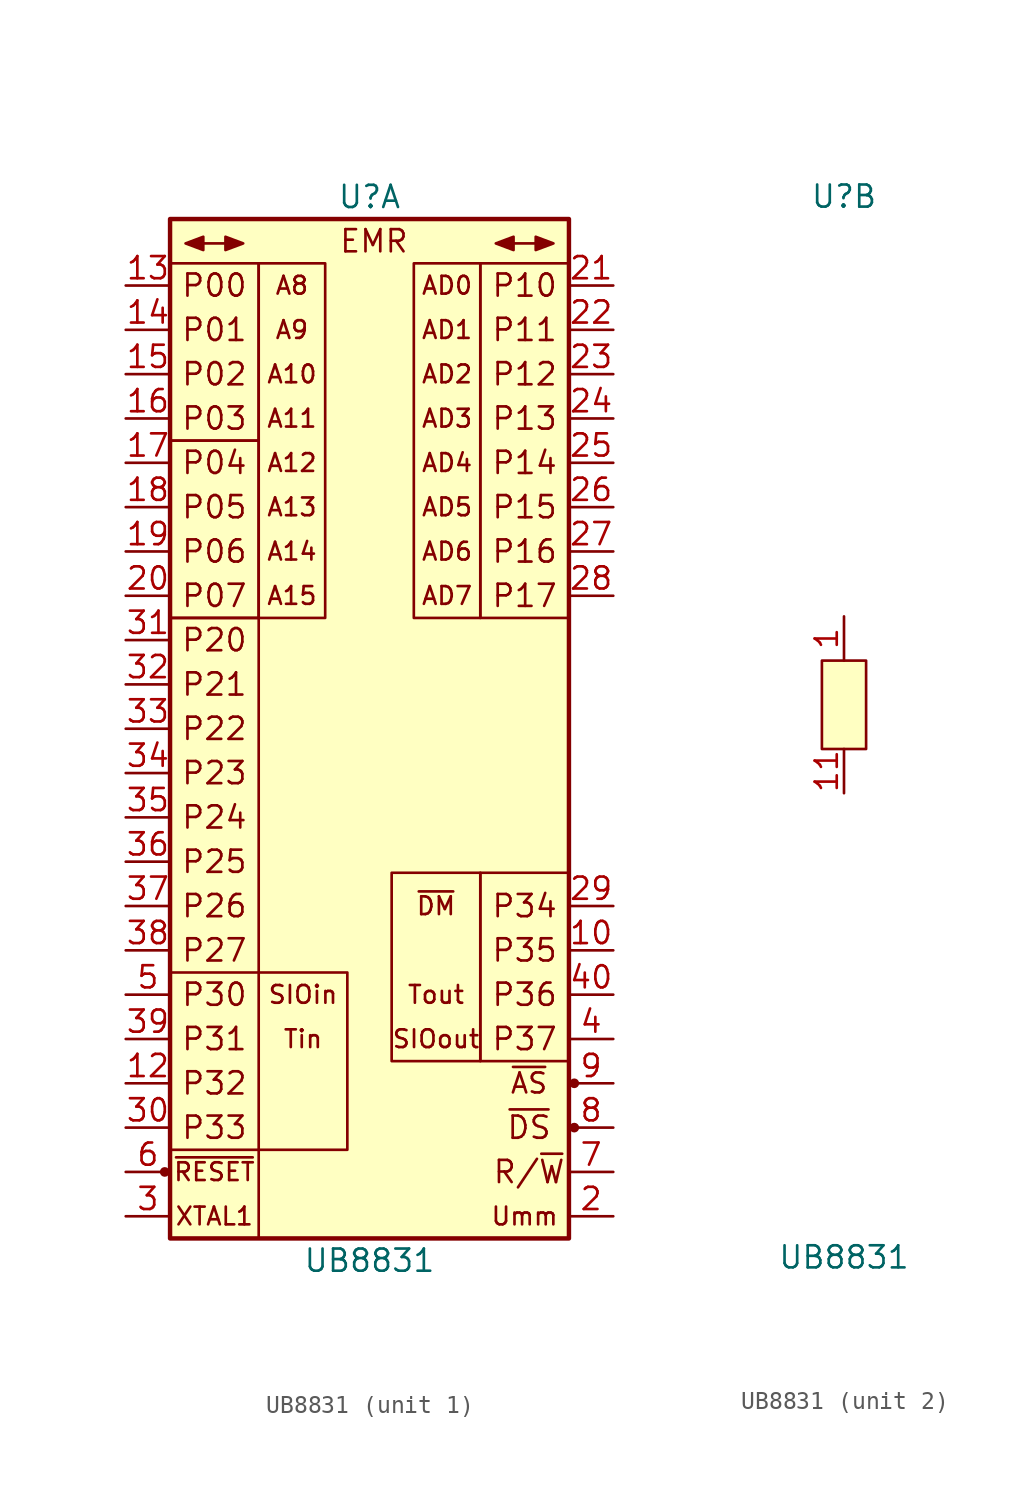
<source format=kicad_sym>
(kicad_symbol_lib
  (version 20211014)
  (generator kicad_symbol_editor)
  (symbol "UB8831"
    (pin_names
      (offset 1.016) hide)
    (property "Reference" "U"
      (at 0 29.21 0)
      (effects (font (size 1.27 1.27))))
    (property "Value" "UB8831"
      (at 0 -31.75 0)
      (effects (font (size 1.27 1.27))))
    (property "ki_locked" ""
      (at 0 0 0)
      (effects (font (size 1.27 1.27))))
    (symbol "UB8831_1_1"
      (circle (center -11.735 -26.67) (radius 0.203) (stroke (width 0) (type default) (color 0 0 0 0)) (fill (type outline)))
      (rectangle (start -11.43 -25.4) (end -6.35 -30.48) (stroke (width 0) (type default) (color 0 0 0 0)) (fill (type none)))
      (rectangle (start -11.43 5.08) (end -6.35 -15.24) (stroke (width 0) (type default) (color 0 0 0 0)) (fill (type none)))
      (rectangle (start -11.43 15.24) (end -6.35 5.08) (stroke (width 0) (type default) (color 0 0 0 0)) (fill (type none)))
      (rectangle (start -11.43 25.4) (end -6.35 15.24) (stroke (width 0) (type default) (color 0 0 0 0)) (fill (type none)))
      (rectangle (start -11.43 27.94) (end 11.43 -30.48) (stroke (width 0.254) (type default) (color 0 0 0 0)) (fill (type background)))
      (rectangle (start -6.35 25.4) (end -2.54 5.08) (stroke (width 0) (type default) (color 0 0 0 0)) (fill (type none)))
      (rectangle (start -1.27 -15.24) (end -6.35 -25.4) (stroke (width 0) (type default) (color 0 0 0 0)) (fill (type none)))
      (polyline (pts (xy -9.525 26.543) (xy -8.255 26.543)) (stroke (width 0) (type default) (color 0 0 0 0)) (fill (type none)))
      (polyline (pts (xy 8.255 26.543) (xy 9.525 26.543)) (stroke (width 0) (type default) (color 0 0 0 0)) (fill (type none)))
      (polyline (pts (xy -9.525 26.924) (xy -10.541 26.543) (xy -9.525 26.162) (xy -9.525 26.924)) (stroke (width 0) (type default) (color 0 0 0 0)) (fill (type outline)))
      (polyline (pts (xy -8.255 26.924) (xy -7.239 26.543) (xy -8.255 26.162) (xy -8.255 26.924)) (stroke (width 0) (type default) (color 0 0 0 0)) (fill (type outline)))
      (polyline (pts (xy 8.255 26.924) (xy 7.239 26.543) (xy 8.255 26.162) (xy 8.255 26.924)) (stroke (width 0) (type default) (color 0 0 0 0)) (fill (type outline)))
      (polyline (pts (xy 9.525 26.924) (xy 10.541 26.543) (xy 9.525 26.162) (xy 9.525 26.924)) (stroke (width 0) (type default) (color 0 0 0 0)) (fill (type outline)))
      (rectangle (start 2.54 25.4) (end 6.35 5.08) (stroke (width 0) (type default) (color 0 0 0 0)) (fill (type none)))
      (rectangle (start 6.35 -20.32) (end 11.43 -9.525) (stroke (width 0) (type default) (color 0 0 0 0)) (fill (type none)))
      (rectangle (start 6.35 -9.525) (end 1.27 -20.32) (stroke (width 0) (type default) (color 0 0 0 0)) (fill (type none)))
      (rectangle (start 6.35 25.4) (end 11.43 5.08) (stroke (width 0) (type default) (color 0 0 0 0)) (fill (type none)))
      (circle (center 11.735 -24.13) (radius 0.203) (stroke (width 0) (type default) (color 0 0 0 0)) (fill (type outline)))
      (circle (center 11.735 -21.59) (radius 0.203) (stroke (width 0) (type default) (color 0 0 0 0)) (fill (type outline)))
      (text "A10" (at -4.445 19.05 0) (effects (font (size 1.016 1.016))))
      (text "A11" (at -4.445 16.51 0) (effects (font (size 1.016 1.016))))
      (text "A12" (at -4.445 13.97 0) (effects (font (size 1.016 1.016))))
      (text "A13" (at -4.445 11.43 0) (effects (font (size 1.016 1.016))))
      (text "A14" (at -4.445 8.89 0) (effects (font (size 1.016 1.016))))
      (text "A15" (at -4.445 6.35 0) (effects (font (size 1.016 1.016))))
      (text "A8" (at -4.445 24.13 0) (effects (font (size 1.016 1.016))))
      (text "A9" (at -4.445 21.59 0) (effects (font (size 1.016 1.016))))
      (text "AD0" (at 4.445 24.13 0) (effects (font (size 1.016 1.016))))
      (text "AD1" (at 4.445 21.59 0) (effects (font (size 1.016 1.016))))
      (text "AD2" (at 4.445 19.05 0) (effects (font (size 1.016 1.016))))
      (text "AD3" (at 4.445 16.51 0) (effects (font (size 1.016 1.016))))
      (text "AD4" (at 4.445 13.97 0) (effects (font (size 1.016 1.016))))
      (text "AD5" (at 4.445 11.43 0) (effects (font (size 1.016 1.016))))
      (text "AD6" (at 4.445 8.89 0) (effects (font (size 1.016 1.016))))
      (text "AD7" (at 4.445 6.35 0) (effects (font (size 1.016 1.016))))
      (text "EMR" (at 0.254 26.67 0) (effects (font (size 1.27 1.27))))
      (text "P00" (at -8.89 24.13 0) (effects (font (size 1.27 1.27))))
      (text "P01" (at -8.89 21.59 0) (effects (font (size 1.27 1.27))))
      (text "P02" (at -8.89 19.05 0) (effects (font (size 1.27 1.27))))
      (text "P03" (at -8.89 16.51 0) (effects (font (size 1.27 1.27))))
      (text "P04" (at -8.89 13.97 0) (effects (font (size 1.27 1.27))))
      (text "P05" (at -8.89 11.43 0) (effects (font (size 1.27 1.27))))
      (text "P06" (at -8.89 8.89 0) (effects (font (size 1.27 1.27))))
      (text "P07" (at -8.89 6.35 0) (effects (font (size 1.27 1.27))))
      (text "P10" (at 8.89 24.13 0) (effects (font (size 1.27 1.27))))
      (text "P11" (at 8.89 21.59 0) (effects (font (size 1.27 1.27))))
      (text "P12" (at 8.89 19.05 0) (effects (font (size 1.27 1.27))))
      (text "P13" (at 8.89 16.51 0) (effects (font (size 1.27 1.27))))
      (text "P14" (at 8.89 13.97 0) (effects (font (size 1.27 1.27))))
      (text "P15" (at 8.89 11.43 0) (effects (font (size 1.27 1.27))))
      (text "P16" (at 8.89 8.89 0) (effects (font (size 1.27 1.27))))
      (text "P17" (at 8.89 6.35 0) (effects (font (size 1.27 1.27))))
      (text "P20" (at -8.89 3.81 0) (effects (font (size 1.27 1.27))))
      (text "P21" (at -8.89 1.27 0) (effects (font (size 1.27 1.27))))
      (text "P22" (at -8.89 -1.27 0) (effects (font (size 1.27 1.27))))
      (text "P23" (at -8.89 -3.81 0) (effects (font (size 1.27 1.27))))
      (text "P24" (at -8.89 -6.35 0) (effects (font (size 1.27 1.27))))
      (text "P25" (at -8.89 -8.89 0) (effects (font (size 1.27 1.27))))
      (text "P26" (at -8.89 -11.43 0) (effects (font (size 1.27 1.27))))
      (text "P27" (at -8.89 -13.97 0) (effects (font (size 1.27 1.27))))
      (text "P30" (at -8.89 -16.51 0) (effects (font (size 1.27 1.27))))
      (text "P31" (at -8.89 -19.05 0) (effects (font (size 1.27 1.27))))
      (text "P32" (at -8.89 -21.59 0) (effects (font (size 1.27 1.27))))
      (text "P33" (at -8.89 -24.13 0) (effects (font (size 1.27 1.27))))
      (text "P34" (at 8.89 -11.43 0) (effects (font (size 1.27 1.27))))
      (text "P35" (at 8.89 -13.97 0) (effects (font (size 1.27 1.27))))
      (text "P36" (at 8.89 -16.51 0) (effects (font (size 1.27 1.27))))
      (text "P37" (at 8.89 -19.05 0) (effects (font (size 1.27 1.27))))
      (text "R/~{W}" (at 9.144 -26.67 0) (effects (font (size 1.27 1.27))))
      (text "SIOin" (at -3.81 -16.51 0) (effects (font (size 1.016 1.016))))
      (text "SIOout" (at 3.81 -19.05 0) (effects (font (size 1.016 1.016))))
      (text "Tin" (at -3.81 -19.05 0) (effects (font (size 1.016 1.016))))
      (text "Tout" (at 3.81 -16.51 0) (effects (font (size 1.016 1.016))))
      (text "Umm" (at 8.89 -29.21 0) (effects (font (size 1.016 1.016))))
      (text "XTAL1" (at -8.89 -29.21 0) (effects (font (size 1.016 1.016))))
      (text "~{AS}" (at 9.144 -21.59 0) (effects (font (size 1.143 1.143))))
      (text "~{DM}" (at 3.81 -11.43 0) (effects (font (size 1.016 1.016))))
      (text "~{DS}" (at 9.144 -24.13 0) (effects (font (size 1.27 1.27))))
      (text "~{RESET}" (at -8.89 -26.67 0) (effects (font (size 1.016 1.016))))
      (pin output line (at 13.97 -13.97 180) (length 2.54) (name "P35" (effects (font (size 1.27 1.27)))) (number "10" (effects (font (size 1.27 1.27)))))
      (pin input line (at -13.97 -21.59 0) (length 2.54) (name "P32" (effects (font (size 1.27 1.27)))) (number "12" (effects (font (size 1.27 1.27)))))
      (pin bidirectional line (at -13.97 24.13 0) (length 2.54) (name "P00" (effects (font (size 1.27 1.27)))) (number "13" (effects (font (size 1.27 1.27)))))
      (pin bidirectional line (at -13.97 21.59 0) (length 2.54) (name "P01" (effects (font (size 1.27 1.27)))) (number "14" (effects (font (size 1.27 1.27)))))
      (pin bidirectional line (at -13.97 19.05 0) (length 2.54) (name "P02" (effects (font (size 1.27 1.27)))) (number "15" (effects (font (size 1.27 1.27)))))
      (pin bidirectional line (at -13.97 16.51 0) (length 2.54) (name "P03" (effects (font (size 1.27 1.27)))) (number "16" (effects (font (size 1.27 1.27)))))
      (pin bidirectional line (at -13.97 13.97 0) (length 2.54) (name "P04" (effects (font (size 1.27 1.27)))) (number "17" (effects (font (size 1.27 1.27)))))
      (pin bidirectional line (at -13.97 11.43 0) (length 2.54) (name "P05" (effects (font (size 1.27 1.27)))) (number "18" (effects (font (size 1.27 1.27)))))
      (pin bidirectional line (at -13.97 8.89 0) (length 2.54) (name "P06" (effects (font (size 1.27 1.27)))) (number "19" (effects (font (size 1.27 1.27)))))
      (pin power_in line (at 13.97 -29.21 180) (length 2.54) (name "Umm" (effects (font (size 1.27 1.27)))) (number "2" (effects (font (size 1.27 1.27)))))
      (pin bidirectional line (at -13.97 6.35 0) (length 2.54) (name "P07" (effects (font (size 1.27 1.27)))) (number "20" (effects (font (size 1.27 1.27)))))
      (pin bidirectional line (at 13.97 24.13 180) (length 2.54) (name "P10" (effects (font (size 1.27 1.27)))) (number "21" (effects (font (size 1.27 1.27)))))
      (pin bidirectional line (at 13.97 21.59 180) (length 2.54) (name "P11" (effects (font (size 1.27 1.27)))) (number "22" (effects (font (size 1.27 1.27)))))
      (pin bidirectional line (at 13.97 19.05 180) (length 2.54) (name "P12" (effects (font (size 1.27 1.27)))) (number "23" (effects (font (size 1.27 1.27)))))
      (pin bidirectional line (at 13.97 16.51 180) (length 2.54) (name "P13" (effects (font (size 1.27 1.27)))) (number "24" (effects (font (size 1.27 1.27)))))
      (pin bidirectional line (at 13.97 13.97 180) (length 2.54) (name "P14" (effects (font (size 1.27 1.27)))) (number "25" (effects (font (size 1.27 1.27)))))
      (pin bidirectional line (at 13.97 11.43 180) (length 2.54) (name "P15" (effects (font (size 1.27 1.27)))) (number "26" (effects (font (size 1.27 1.27)))))
      (pin bidirectional line (at 13.97 8.89 180) (length 2.54) (name "P16" (effects (font (size 1.27 1.27)))) (number "27" (effects (font (size 1.27 1.27)))))
      (pin bidirectional line (at 13.97 6.35 180) (length 2.54) (name "P17" (effects (font (size 1.27 1.27)))) (number "28" (effects (font (size 1.27 1.27)))))
      (pin output line (at 13.97 -11.43 180) (length 2.54) (name "P34" (effects (font (size 1.27 1.27)))) (number "29" (effects (font (size 1.27 1.27)))))
      (pin input line (at -13.97 -29.21 0) (length 2.54) (name "XTAL1" (effects (font (size 1.27 1.27)))) (number "3" (effects (font (size 1.27 1.27)))))
      (pin input line (at -13.97 -24.13 0) (length 2.54) (name "P33" (effects (font (size 1.27 1.27)))) (number "30" (effects (font (size 1.27 1.27)))))
      (pin bidirectional line (at -13.97 3.81 0) (length 2.54) (name "P20" (effects (font (size 1.27 1.27)))) (number "31" (effects (font (size 1.27 1.27)))))
      (pin bidirectional line (at -13.97 1.27 0) (length 2.54) (name "P21" (effects (font (size 1.27 1.27)))) (number "32" (effects (font (size 1.27 1.27)))))
      (pin bidirectional line (at -13.97 -1.27 0) (length 2.54) (name "P22" (effects (font (size 1.27 1.27)))) (number "33" (effects (font (size 1.27 1.27)))))
      (pin bidirectional line (at -13.97 -3.81 0) (length 2.54) (name "P23" (effects (font (size 1.27 1.27)))) (number "34" (effects (font (size 1.27 1.27)))))
      (pin bidirectional line (at -13.97 -6.35 0) (length 2.54) (name "P24" (effects (font (size 1.27 1.27)))) (number "35" (effects (font (size 1.27 1.27)))))
      (pin bidirectional line (at -13.97 -8.89 0) (length 2.54) (name "P25" (effects (font (size 1.27 1.27)))) (number "36" (effects (font (size 1.27 1.27)))))
      (pin bidirectional line (at -13.97 -11.43 0) (length 2.54) (name "P26" (effects (font (size 1.27 1.27)))) (number "37" (effects (font (size 1.27 1.27)))))
      (pin bidirectional line (at -13.97 -13.97 0) (length 2.54) (name "P27" (effects (font (size 1.27 1.27)))) (number "38" (effects (font (size 1.27 1.27)))))
      (pin input line (at -13.97 -19.05 0) (length 2.54) (name "P31" (effects (font (size 1.27 1.27)))) (number "39" (effects (font (size 1.27 1.27)))))
      (pin output line (at 13.97 -19.05 180) (length 2.54) (name "P37" (effects (font (size 1.27 1.27)))) (number "4" (effects (font (size 1.27 1.27)))))
      (pin output line (at 13.97 -16.51 180) (length 2.54) (name "P36" (effects (font (size 1.27 1.27)))) (number "40" (effects (font (size 1.27 1.27)))))
      (pin input line (at -13.97 -16.51 0) (length 2.54) (name "P30" (effects (font (size 1.27 1.27)))) (number "5" (effects (font (size 1.27 1.27)))))
      (pin input line (at -13.97 -26.67 0) (length 2.54) (name "~{RESET}" (effects (font (size 1.27 1.27)))) (number "6" (effects (font (size 1.27 1.27)))))
      (pin tri_state line (at 13.97 -26.67 180) (length 2.54) (name "R/~{W}" (effects (font (size 1.27 1.27)))) (number "7" (effects (font (size 1.27 1.27)))))
      (pin tri_state line (at 13.97 -24.13 180) (length 2.54) (name "~{DS}" (effects (font (size 1.27 1.27)))) (number "8" (effects (font (size 1.27 1.27)))))
      (pin tri_state line (at 13.97 -21.59 180) (length 2.54) (name "~{AS}" (effects (font (size 1.27 1.27)))) (number "9" (effects (font (size 1.27 1.27))))))
    (symbol "UB8831_2_1"
      (rectangle (start -1.27 2.54) (end 1.27 -2.54) (stroke (width 0) (type default) (color 0 0 0 0)) (fill (type background)))
      (pin power_in line (at 0 5.08 270) (length 2.54) (name "Vcc" (effects (font (size 1.27 1.27)))) (number "1" (effects (font (size 1.27 1.27)))))
      (pin power_in line (at 0 -5.08 90) (length 2.54) (name "GND" (effects (font (size 1.27 1.27)))) (number "11" (effects (font (size 1.27 1.27))))))))
</source>
